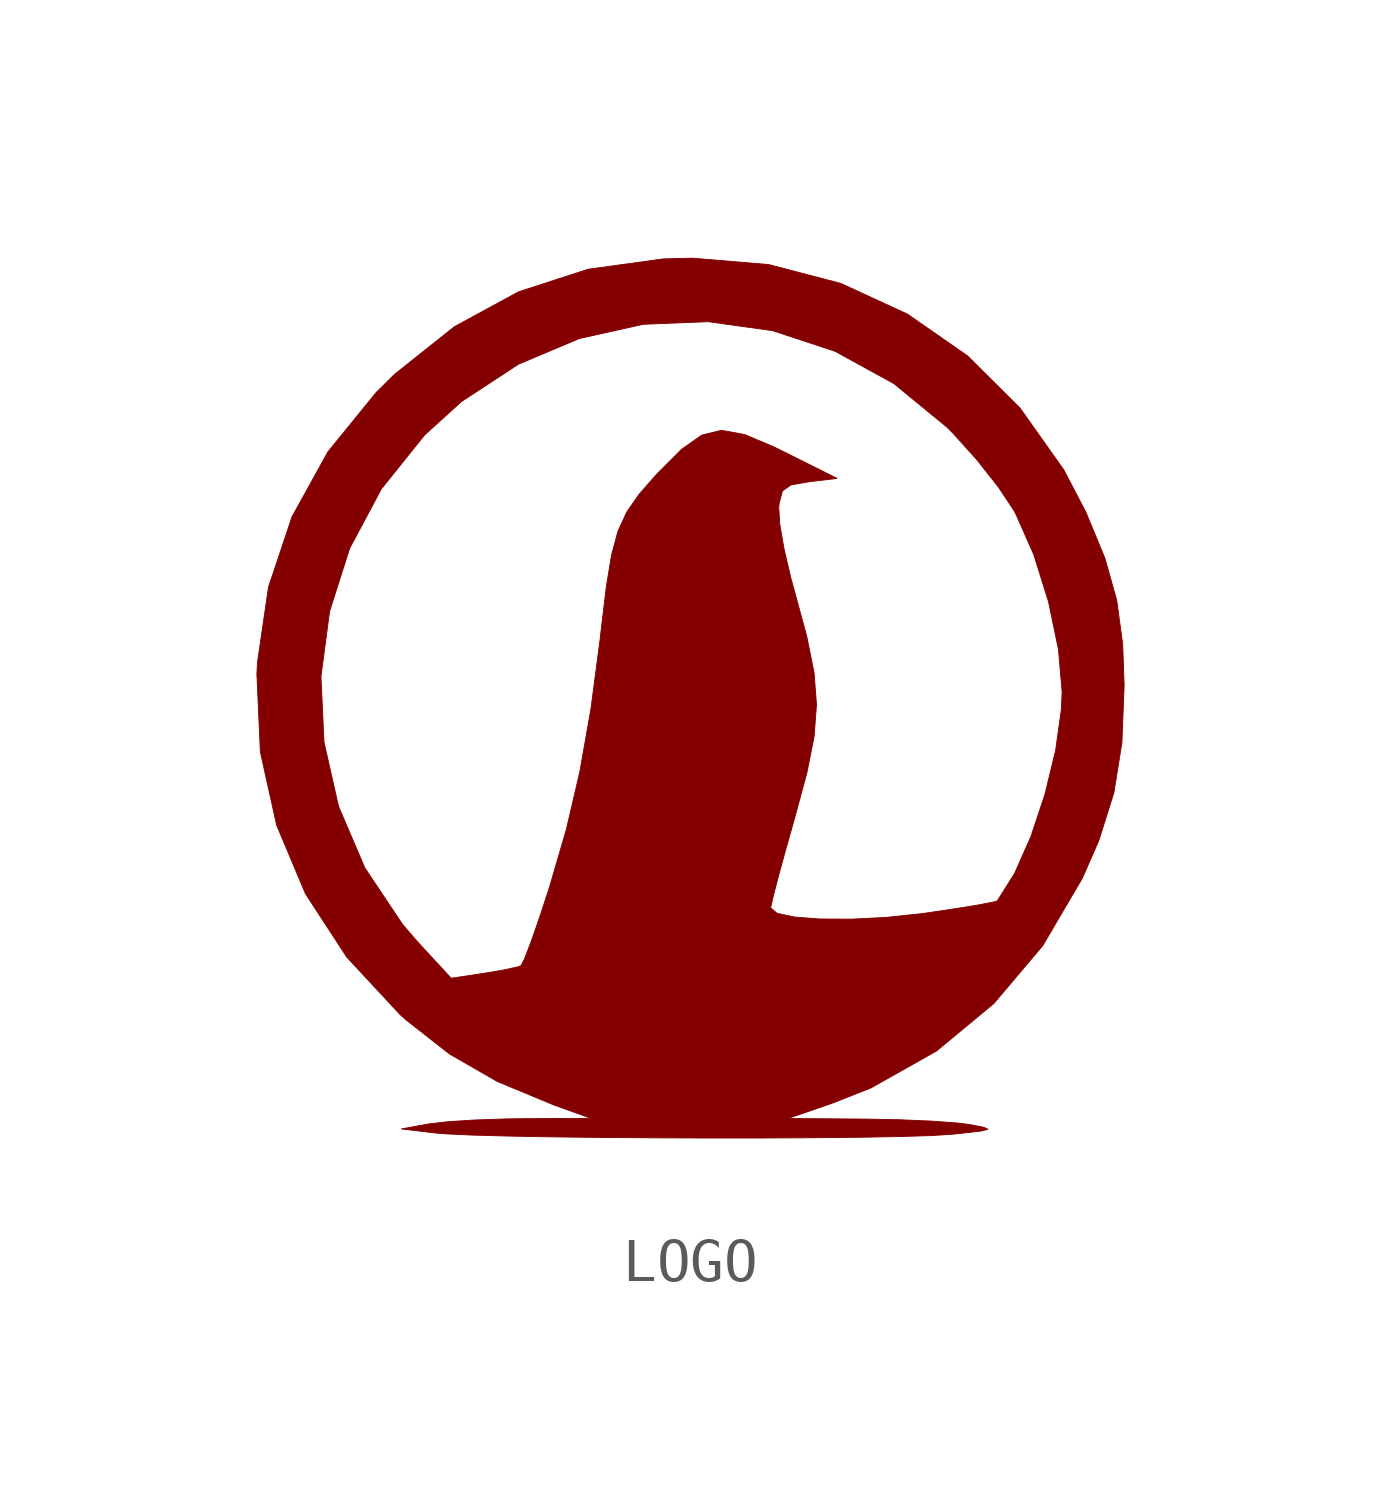
<source format=kicad_sym>
(kicad_symbol_lib
  (version 20220914)
  (generator bitmap2component)
  (symbol "LOGO"
    (pin_names
      (offset 1.016))
    (property "Reference" "#G"
      (at 0 11.271 0)
      (effects (font (size 1.27 1.27)) hide))
    (symbol "LOGO_0_0"
      (polyline (pts (xy 1.698 -10.132) (xy 2.905 -10.126) (xy 3.999 -10.115) (xy 4.931 -10.098) (xy 5.652 -10.076) (xy 6.112 -10.048) (xy 6.413 -10.018) (xy 6.84 -9.968) (xy 6.993 -9.927) (xy 6.899 -9.883) (xy 6.588 -9.82) (xy 6.281 -9.781) (xy 5.679 -9.737) (xy 4.929 -9.705) (xy 4.128 -9.689) (xy 2.302 -9.676) (xy 3.334 -9.322) (xy 4.253 -8.959) (xy 5.787 -8.095) (xy 7.133 -6.98) (xy 8.276 -5.627) (xy 9.203 -4.048) (xy 9.591 -3.163) (xy 9.943 -2.043) (xy 10.131 -0.874) (xy 10.183 0.47) (xy 10.149 1.439) (xy 10.009 2.466) (xy 9.733 3.447) (xy 9.288 4.524) (xy 8.771 5.515) (xy 7.745 6.965) (xy 6.516 8.187) (xy 5.109 9.165) (xy 3.55 9.884) (xy 1.862 10.326) (xy 0.071 10.477) (xy -0.618 10.459) (xy -2.377 10.216) (xy -4.001 9.689) (xy -5.505 8.871) (xy -6.903 7.758) (xy -7.335 7.332) (xy -8.466 5.941) (xy -9.308 4.418) (xy -9.859 2.77) (xy -10.117 1.003) (xy -10.131 0.732) (xy -10.128 0.678) (xy -8.63 0.678) (xy -8.428 2.205) (xy -7.957 3.683) (xy -7.215 5.072) (xy -6.203 6.334) (xy -5.34 7.117) (xy -4.008 7.991) (xy -2.576 8.595) (xy -1.081 8.928) (xy 0.441 8.989) (xy 1.952 8.778) (xy 3.414 8.295) (xy 4.79 7.539) (xy 6.044 6.509) (xy 6.182 6.368) (xy 6.733 5.756) (xy 7.234 5.121) (xy 7.594 4.58) (xy 7.647 4.484) (xy 8.067 3.533) (xy 8.412 2.43) (xy 8.645 1.313) (xy 8.731 0.318) (xy 8.714 -0.088) (xy 8.579 -1.05) (xy 8.331 -2.075) (xy 8.001 -3.068) (xy 7.618 -3.934) (xy 7.212 -4.578) (xy 7.117 -4.606) (xy 6.762 -4.674) (xy 6.21 -4.764) (xy 5.529 -4.865) (xy 5.446 -4.877) (xy 4.611 -4.965) (xy 3.795 -5.006) (xy 3.057 -5.002) (xy 2.457 -4.956) (xy 2.053 -4.869) (xy 1.905 -4.743) (xy 1.906 -4.727) (xy 1.962 -4.476) (xy 2.087 -3.994) (xy 2.266 -3.343) (xy 2.48 -2.584) (xy 2.754 -1.567) (xy 2.922 -0.724) (xy 2.977 0.021) (xy 2.92 0.767) (xy 2.75 1.612) (xy 2.467 2.655) (xy 2.376 2.987) (xy 2.215 3.675) (xy 2.115 4.258) (xy 2.093 4.64) (xy 2.103 4.738) (xy 2.18 5.025) (xy 2.38 5.165) (xy 2.8 5.239) (xy 3.458 5.318) (xy 2.224 5.935) (xy 1.98 6.055) (xy 1.288 6.347) (xy 0.752 6.444) (xy 0.289 6.332) (xy -0.186 5.997) (xy -0.757 5.425) (xy -0.793 5.386) (xy -1.184 4.938) (xy -1.468 4.526) (xy -1.673 4.079) (xy -1.822 3.527) (xy -1.943 2.8) (xy -2.06 1.826) (xy -2.089 1.567) (xy -2.307 -0.088) (xy -2.564 -1.542) (xy -2.879 -2.895) (xy -3.274 -4.247) (xy -3.497 -4.931) (xy -3.702 -5.52) (xy -3.859 -5.929) (xy -3.945 -6.097) (xy -4.021 -6.124) (xy -4.346 -6.196) (xy -4.814 -6.275) (xy -5.58 -6.39) (xy -6.351 -5.556) (xy -6.717 -5.132) (xy -7.604 -3.803) (xy -8.218 -2.366) (xy -8.559 -0.859) (xy -8.63 0.678) (xy -10.128 0.678) (xy -10.049 -1.089) (xy -9.667 -2.807) (xy -8.991 -4.414) (xy -8.023 -5.898) (xy -6.769 -7.248) (xy -6.645 -7.359) (xy -5.62 -8.163) (xy -4.5 -8.808) (xy -3.175 -9.359) (xy -2.302 -9.672) (xy -3.889 -9.68) (xy -4.274 -9.685) (xy -5.024 -9.71) (xy -5.672 -9.752) (xy -6.112 -9.804) (xy -6.747 -9.92) (xy -5.953 -10.015) (xy -5.714 -10.035) (xy -5.114 -10.063) (xy -4.278 -10.086) (xy -3.256 -10.105) (xy -2.098 -10.119) (xy -0.853 -10.128) (xy 0.429 -10.133) (xy 1.698 -10.132)) (stroke (width 0.01) (type default)) (fill (type outline))))))
</source>
